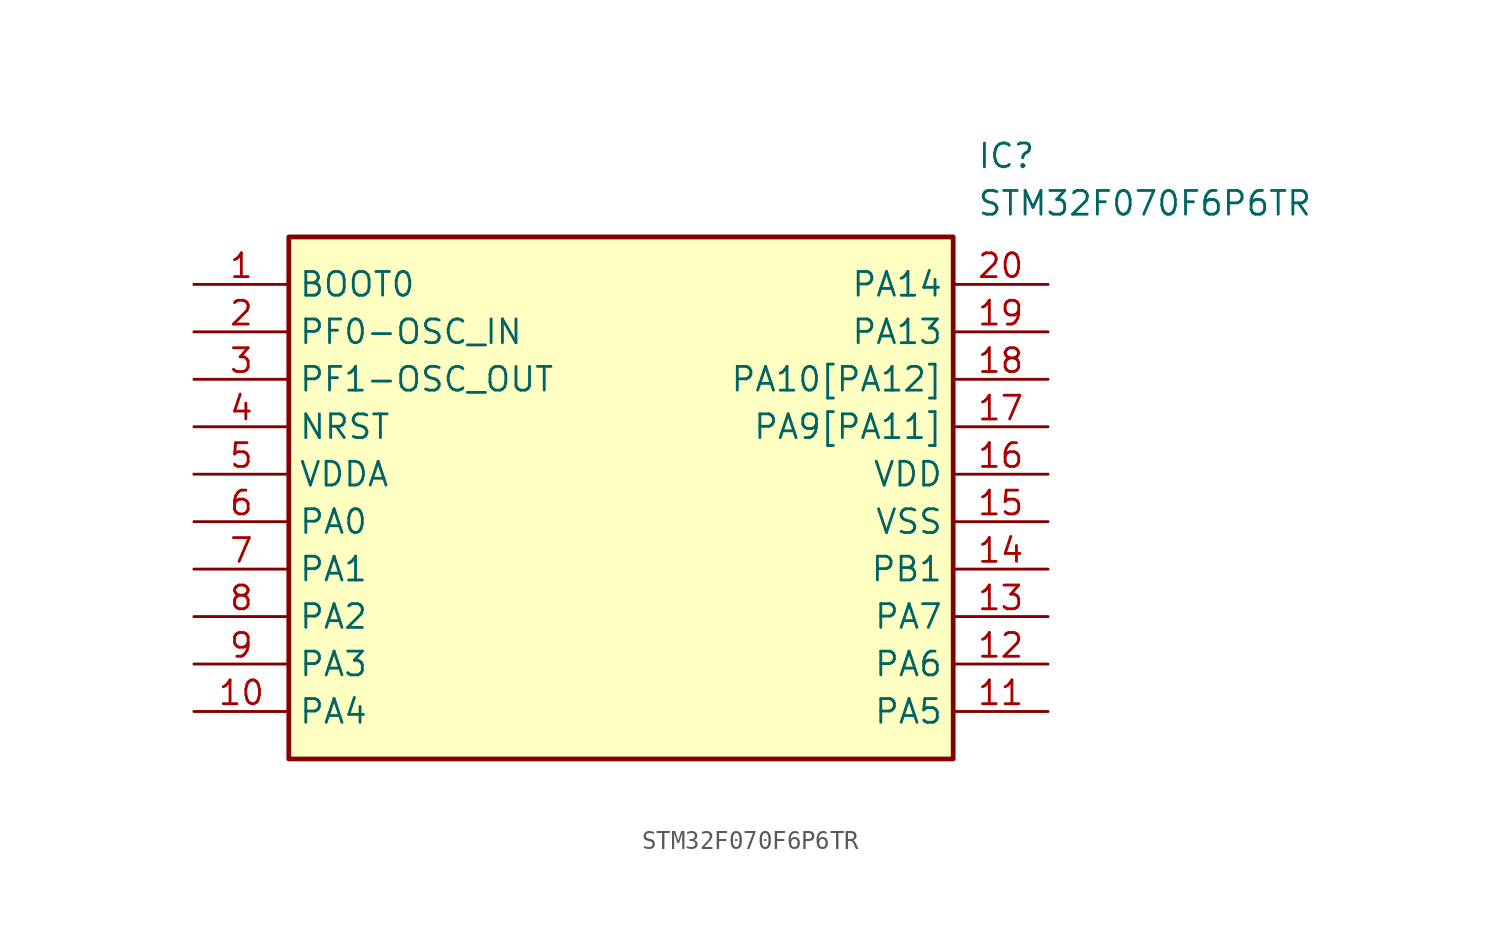
<source format=kicad_sym>
(kicad_symbol_lib
  (version 20211014)
  (generator SamacSys_ECAD_Model)
  (symbol "STM32F070F6P6TR"
    (property "Reference" "IC"
      (at 41.91 7.62 0)
      (effects (font (size 1.27 1.27)) (justify left top)))
    (property "Value" "STM32F070F6P6TR"
      (at 41.91 5.08 0)
      (effects (font (size 1.27 1.27)) (justify left top)))
    (rectangle
      (start 5.08 2.54)
      (end 40.64 -25.4)
      (stroke (width 0.254) (type default))
      (fill (type background)))
    (pin bidirectional line
      (at 0 0 0)
      (length 5.08)
      (name "BOOT0" (effects (font (size 1.27 1.27))))
      (number "1" (effects (font (size 1.27 1.27)))))
    (pin bidirectional line
      (at 0 -2.54 0)
      (length 5.08)
      (name "PF0-OSC_IN" (effects (font (size 1.27 1.27))))
      (number "2" (effects (font (size 1.27 1.27)))))
    (pin bidirectional line
      (at 0 -5.08 0)
      (length 5.08)
      (name "PF1-OSC_OUT" (effects (font (size 1.27 1.27))))
      (number "3" (effects (font (size 1.27 1.27)))))
    (pin bidirectional line
      (at 0 -7.62 0)
      (length 5.08)
      (name "NRST" (effects (font (size 1.27 1.27))))
      (number "4" (effects (font (size 1.27 1.27)))))
    (pin power_in line
      (at 0 -10.16 0)
      (length 5.08)
      (name "VDDA" (effects (font (size 1.27 1.27))))
      (number "5" (effects (font (size 1.27 1.27)))))
    (pin bidirectional line
      (at 0 -12.7 0)
      (length 5.08)
      (name "PA0" (effects (font (size 1.27 1.27))))
      (number "6" (effects (font (size 1.27 1.27)))))
    (pin bidirectional line
      (at 0 -15.24 0)
      (length 5.08)
      (name "PA1" (effects (font (size 1.27 1.27))))
      (number "7" (effects (font (size 1.27 1.27)))))
    (pin bidirectional line
      (at 0 -17.78 0)
      (length 5.08)
      (name "PA2" (effects (font (size 1.27 1.27))))
      (number "8" (effects (font (size 1.27 1.27)))))
    (pin bidirectional line
      (at 0 -20.32 0)
      (length 5.08)
      (name "PA3" (effects (font (size 1.27 1.27))))
      (number "9" (effects (font (size 1.27 1.27)))))
    (pin bidirectional line
      (at 0 -22.86 0)
      (length 5.08)
      (name "PA4" (effects (font (size 1.27 1.27))))
      (number "10" (effects (font (size 1.27 1.27)))))
    (pin bidirectional line
      (at 45.72 0 180)
      (length 5.08)
      (name "PA14" (effects (font (size 1.27 1.27))))
      (number "20" (effects (font (size 1.27 1.27)))))
    (pin bidirectional line
      (at 45.72 -2.54 180)
      (length 5.08)
      (name "PA13" (effects (font (size 1.27 1.27))))
      (number "19" (effects (font (size 1.27 1.27)))))
    (pin bidirectional line
      (at 45.72 -5.08 180)
      (length 5.08)
      (name "PA10[PA12]" (effects (font (size 1.27 1.27))))
      (number "18" (effects (font (size 1.27 1.27)))))
    (pin bidirectional line
      (at 45.72 -7.62 180)
      (length 5.08)
      (name "PA9[PA11]" (effects (font (size 1.27 1.27))))
      (number "17" (effects (font (size 1.27 1.27)))))
    (pin power_in line
      (at 45.72 -10.16 180)
      (length 5.08)
      (name "VDD" (effects (font (size 1.27 1.27))))
      (number "16" (effects (font (size 1.27 1.27)))))
    (pin power_in line
      (at 45.72 -12.7 180)
      (length 5.08)
      (name "VSS" (effects (font (size 1.27 1.27))))
      (number "15" (effects (font (size 1.27 1.27)))))
    (pin bidirectional line
      (at 45.72 -15.24 180)
      (length 5.08)
      (name "PB1" (effects (font (size 1.27 1.27))))
      (number "14" (effects (font (size 1.27 1.27)))))
    (pin bidirectional line
      (at 45.72 -17.78 180)
      (length 5.08)
      (name "PA7" (effects (font (size 1.27 1.27))))
      (number "13" (effects (font (size 1.27 1.27)))))
    (pin bidirectional line
      (at 45.72 -20.32 180)
      (length 5.08)
      (name "PA6" (effects (font (size 1.27 1.27))))
      (number "12" (effects (font (size 1.27 1.27)))))
    (pin bidirectional line
      (at 45.72 -22.86 180)
      (length 5.08)
      (name "PA5" (effects (font (size 1.27 1.27))))
      (number "11" (effects (font (size 1.27 1.27)))))))
</source>
